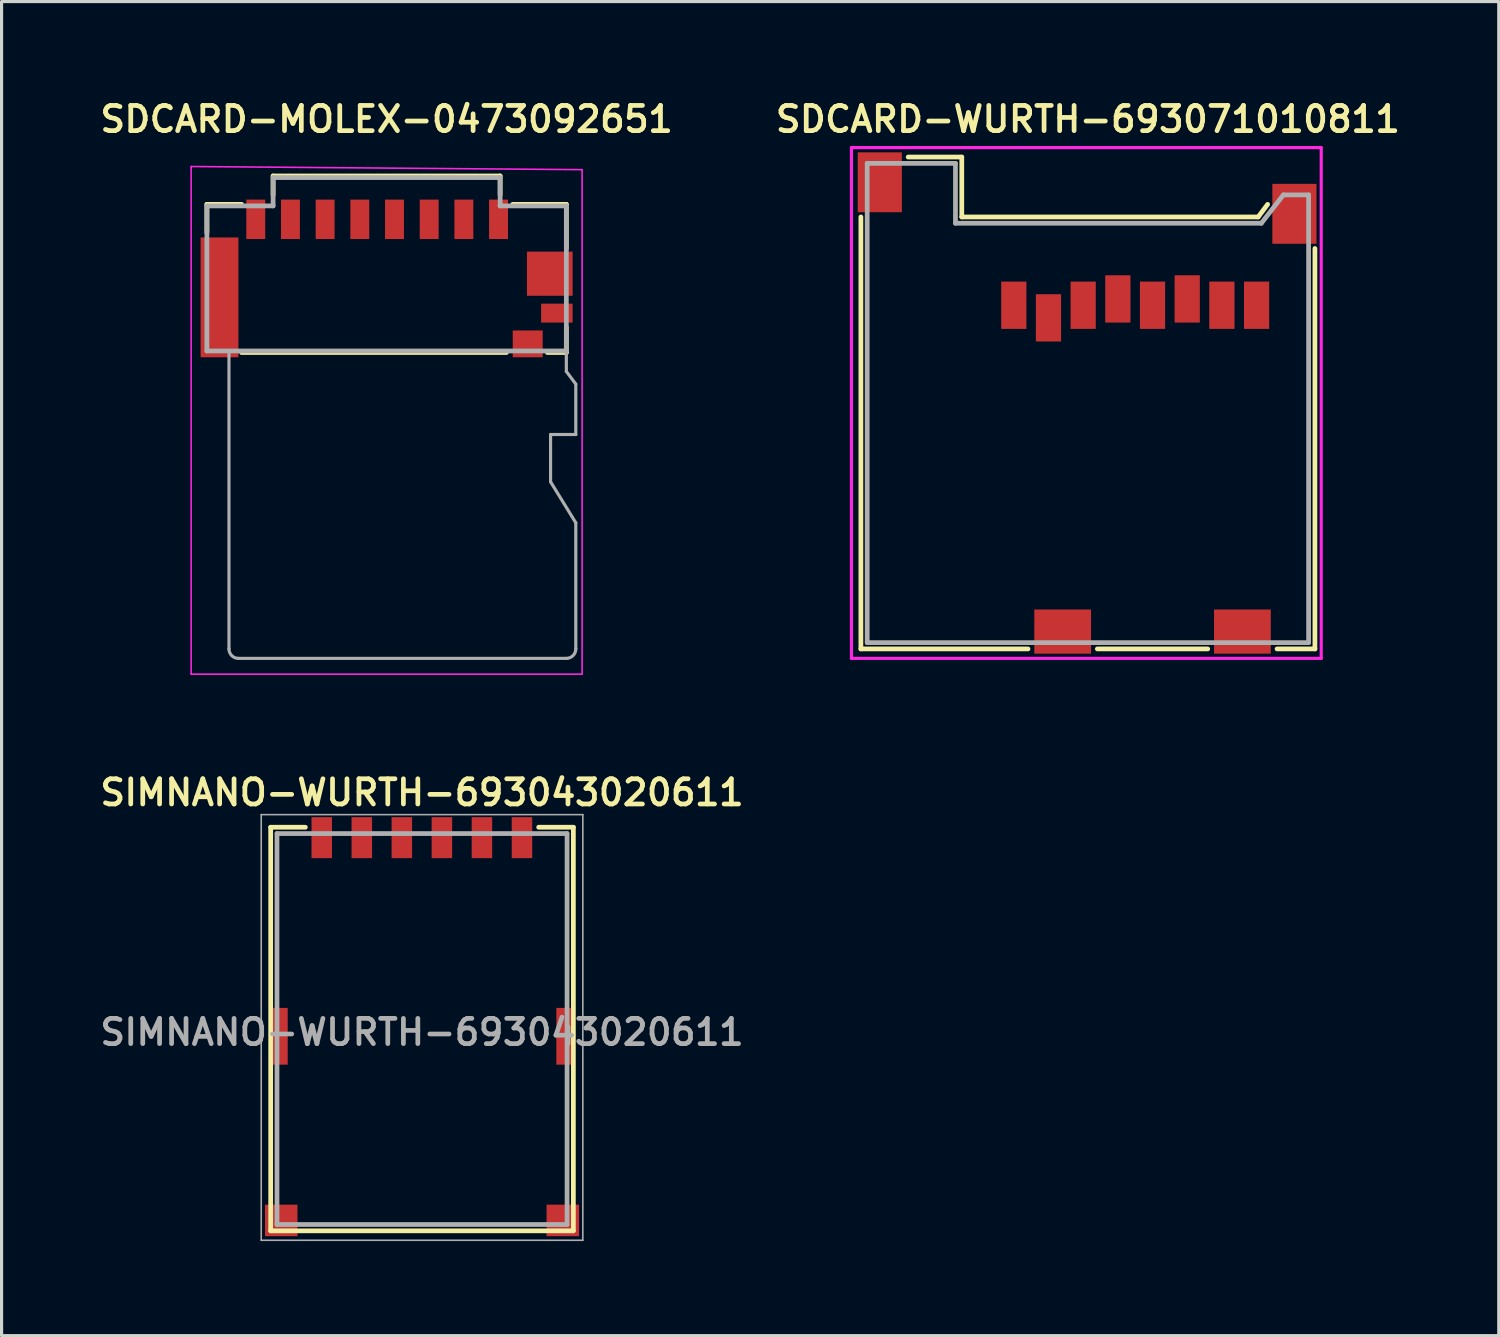
<source format=kicad_pcb>
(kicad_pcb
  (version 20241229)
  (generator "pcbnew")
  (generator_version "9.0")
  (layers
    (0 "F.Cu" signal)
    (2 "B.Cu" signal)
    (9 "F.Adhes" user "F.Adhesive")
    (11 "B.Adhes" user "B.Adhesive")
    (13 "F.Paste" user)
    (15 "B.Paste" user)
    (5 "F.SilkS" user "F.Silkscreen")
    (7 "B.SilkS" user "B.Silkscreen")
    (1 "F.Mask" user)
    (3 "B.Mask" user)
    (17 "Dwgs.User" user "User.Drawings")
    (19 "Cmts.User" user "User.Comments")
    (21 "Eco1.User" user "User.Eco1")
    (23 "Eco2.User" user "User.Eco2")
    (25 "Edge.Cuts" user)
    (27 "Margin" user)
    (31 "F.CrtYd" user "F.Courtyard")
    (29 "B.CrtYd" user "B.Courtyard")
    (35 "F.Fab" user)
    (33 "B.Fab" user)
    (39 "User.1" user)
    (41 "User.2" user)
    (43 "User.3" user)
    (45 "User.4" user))
  (footprint "SIMNANO-WURTH-693043020611"
    (layer "F.Cu")
    (at 10.335 29.587)
    (property "Reference" "SIMNANO-WURTH-693043020611" (at 0 -7.5 0) (layer "F.SilkS") (effects (font (size 0.8 0.8) (thickness 0.15))))
    (attr through_hole)
    (fp_line (start -4.8 -6.4) (end -4.8 6.4) (stroke (width 0.15) (type solid)) (layer "F.SilkS"))
    (fp_line (start -4.8 -6.4) (end -3.7 -6.4) (stroke (width 0.15) (type solid)) (layer "F.SilkS"))
    (fp_line (start -4.8 6.4) (end 4.8 6.4) (stroke (width 0.15) (type solid)) (layer "F.SilkS"))
    (fp_line (start 4.8 -6.4) (end 3.7 -6.4) (stroke (width 0.15) (type solid)) (layer "F.SilkS"))
    (fp_line (start 4.8 6.4) (end 4.8 -6.4) (stroke (width 0.15) (type solid)) (layer "F.SilkS"))
    (fp_line (start -5.1 -6.8) (end 5.1 -6.8) (stroke (width 0.05) (type solid)) (layer "F.Fab"))
    (fp_line (start -5.1 6.7) (end -5.1 -6.8) (stroke (width 0.05) (type solid)) (layer "F.Fab"))
    (fp_line (start -4.6 -6.2) (end -4.6 6.2) (stroke (width 0.15) (type solid)) (layer "F.Fab"))
    (fp_line (start -4.6 6.2) (end 4.6 6.2) (stroke (width 0.15) (type solid)) (layer "F.Fab"))
    (fp_line (start 4.6 -6.2) (end -4.6 -6.2) (stroke (width 0.15) (type solid)) (layer "F.Fab"))
    (fp_line (start 4.6 6.2) (end 4.6 -6.2) (stroke (width 0.15) (type solid)) (layer "F.Fab"))
    (fp_line (start 5.1 -6.8) (end 5.1 6.7) (stroke (width 0.05) (type solid)) (layer "F.Fab"))
    (fp_line (start 5.1 6.7) (end -5.1 6.7) (stroke (width 0.05) (type solid)) (layer "F.Fab"))
    (fp_text user "${REFERENCE}" (at 0 0.1 0) (layer "F.Fab") (effects (font (size 0.8 0.8) (thickness 0.15))))
    (pad "" smd rect (at -4.5 0.23) (size 0.48 1.8) (layers "F.Cu" "F.Mask" "F.Paste"))
    (pad "" smd rect (at -4.465 6.07) (size 1.03 1) (layers "F.Cu" "F.Mask" "F.Paste"))
    (pad "" smd rect (at 4.465 6.07) (size 1.03 1) (layers "F.Cu" "F.Mask" "F.Paste"))
    (pad "" smd rect (at 4.5 0.23) (size 0.48 1.8) (layers "F.Cu" "F.Mask" "F.Paste"))
    (pad "C1" smd rect (at -1.91 -6.07) (size 0.65 1.3) (layers "F.Cu" "F.Mask" "F.Paste"))
    (pad "C2" smd rect (at 0.63 -6.07) (size 0.65 1.3) (layers "F.Cu" "F.Mask" "F.Paste"))
    (pad "C3" smd rect (at 1.9 -6.07) (size 0.65 1.3) (layers "F.Cu" "F.Mask" "F.Paste"))
    (pad "C5" smd rect (at -3.18 -6.07) (size 0.65 1.3) (layers "F.Cu" "F.Mask" "F.Paste"))
    (pad "C6" smd rect (at -0.64 -6.07) (size 0.65 1.3) (layers "F.Cu" "F.Mask" "F.Paste"))
    (pad "C7" smd rect (at 3.17 -6.07) (size 0.65 1.3) (layers "F.Cu" "F.Mask" "F.Paste")))
  (footprint "SDCARD-WURTH-693071010811"
    (layer "F.Cu")
    (at 31.454 9.731)
    (property "Reference" "SDCARD-WURTH-693071010811" (at 0 -9 0) (layer "F.SilkS") (effects (font (size 0.8 0.8) (thickness 0.15))))
    (attr through_hole)
    (fp_line (start -7.2 7.8) (end -7.2 -5.9) (stroke (width 0.15) (type solid)) (layer "F.SilkS"))
    (fp_line (start -5.7 -7.8) (end -4 -7.8) (stroke (width 0.15) (type solid)) (layer "F.SilkS"))
    (fp_line (start -4 -7.8) (end -4 -5.9) (stroke (width 0.15) (type solid)) (layer "F.SilkS"))
    (fp_line (start -4 -5.9) (end 5.4 -5.9) (stroke (width 0.15) (type solid)) (layer "F.SilkS"))
    (fp_line (start -1.9 7.8) (end -7.2 7.8) (stroke (width 0.15) (type solid)) (layer "F.SilkS"))
    (fp_line (start 3.8 7.8) (end 0.3 7.8) (stroke (width 0.15) (type solid)) (layer "F.SilkS"))
    (fp_line (start 5.4 -5.9) (end 5.7 -6.3) (stroke (width 0.15) (type solid)) (layer "F.SilkS"))
    (fp_line (start 7.2 -4.9) (end 7.2 7.8) (stroke (width 0.15) (type solid)) (layer "F.SilkS"))
    (fp_line (start 7.2 7.8) (end 6 7.8) (stroke (width 0.15) (type solid)) (layer "F.SilkS"))
    (fp_line (start -7.5 -8.1) (end 7.4 -8.1) (stroke (width 0.1) (type solid)) (layer "F.CrtYd"))
    (fp_line (start -7.5 8.1) (end -7.5 -8.1) (stroke (width 0.1) (type solid)) (layer "F.CrtYd"))
    (fp_line (start 7.4 -8.1) (end 7.4 8.1) (stroke (width 0.1) (type solid)) (layer "F.CrtYd"))
    (fp_line (start 7.4 8.1) (end -7.5 8.1) (stroke (width 0.1) (type solid)) (layer "F.CrtYd"))
    (fp_line (start -7 -7.6) (end -4.2 -7.6) (stroke (width 0.15) (type solid)) (layer "F.Fab"))
    (fp_line (start -7 7.6) (end -7 -7.6) (stroke (width 0.15) (type solid)) (layer "F.Fab"))
    (fp_line (start -4.2 -7.6) (end -4.2 -5.7) (stroke (width 0.15) (type solid)) (layer "F.Fab"))
    (fp_line (start -4.2 -5.7) (end 5.5 -5.7) (stroke (width 0.15) (type solid)) (layer "F.Fab"))
    (fp_line (start 6.2 -6.6) (end 5.5 -5.7) (stroke (width 0.15) (type solid)) (layer "F.Fab"))
    (fp_line (start 7 -6.6) (end 6.2 -6.6) (stroke (width 0.15) (type solid)) (layer "F.Fab"))
    (fp_line (start 7 -6.6) (end 7 7.6) (stroke (width 0.15) (type solid)) (layer "F.Fab"))
    (fp_line (start 7 7.6) (end -7 7.6) (stroke (width 0.15) (type solid)) (layer "F.Fab"))
    (pad "1" smd rect (at -2.35 -3.1) (size 0.8 1.5) (layers "F.Cu" "F.Mask" "F.Paste"))
    (pad "2" smd rect (at -1.25 -2.7) (size 0.8 1.5) (layers "F.Cu" "F.Mask" "F.Paste"))
    (pad "3" smd rect (at -0.15 -3.1) (size 0.8 1.5) (layers "F.Cu" "F.Mask" "F.Paste"))
    (pad "4" smd rect (at 0.95 -3.3) (size 0.8 1.5) (layers "F.Cu" "F.Mask" "F.Paste"))
    (pad "5" smd rect (at 2.05 -3.1) (size 0.8 1.5) (layers "F.Cu" "F.Mask" "F.Paste"))
    (pad "6" smd rect (at 3.15 -3.3) (size 0.8 1.5) (layers "F.Cu" "F.Mask" "F.Paste"))
    (pad "7" smd rect (at 4.25 -3.1) (size 0.8 1.5) (layers "F.Cu" "F.Mask" "F.Paste"))
    (pad "8" smd rect (at 5.35 -3.1) (size 0.8 1.5) (layers "F.Cu" "F.Mask" "F.Paste"))
    (pad "9" smd rect (at -6.6 -7) (size 1.4 1.9) (layers "F.Cu" "F.Mask" "F.Paste"))
    (pad "9" smd rect (at 6.55 -6) (size 1.4 1.9) (layers "F.Cu" "F.Mask" "F.Paste"))
    (pad "10" smd rect (at -0.8 7.25) (size 1.8 1.4) (layers "F.Cu" "F.Mask" "F.Paste"))
    (pad "10" smd rect (at 4.9 7.25) (size 1.8 1.4) (layers "F.Cu" "F.Mask" "F.Paste")))
  (footprint "SDCARD-MOLEX-0473092651"
    (layer "F.Cu")
    (at 9.212 5.331)
    (property "Reference" "SDCARD-MOLEX-0473092651" (at 0 -4.6 0) (layer "F.SilkS") (effects (font (size 0.8 0.8) (thickness 0.15))))
    (attr through_hole)
    (fp_line (start -5.7 -1.9) (end -5.7 -1) (stroke (width 0.15) (type solid)) (layer "F.SilkS"))
    (fp_line (start -4.6 -1.9) (end -5.7 -1.9) (stroke (width 0.15) (type solid)) (layer "F.SilkS"))
    (fp_line (start -3.6 -2.8) (end -3.6 -2.2) (stroke (width 0.15) (type solid)) (layer "F.SilkS"))
    (fp_line (start 3.6 -2.8) (end -3.6 -2.8) (stroke (width 0.15) (type solid)) (layer "F.SilkS"))
    (fp_line (start 3.6 -2.2) (end 3.6 -2.8) (stroke (width 0.15) (type solid)) (layer "F.SilkS"))
    (fp_line (start 3.8 2.8) (end -4.6 2.8) (stroke (width 0.15) (type solid)) (layer "F.SilkS"))
    (fp_line (start 5.1 2.8) (end 5.7 2.8) (stroke (width 0.15) (type solid)) (layer "F.SilkS"))
    (fp_line (start 5.7 -1.9) (end 4 -1.9) (stroke (width 0.15) (type solid)) (layer "F.SilkS"))
    (fp_line (start 5.7 -0.5) (end 5.7 -1.9) (stroke (width 0.15) (type solid)) (layer "F.SilkS"))
    (fp_line (start 5.7 2.8) (end 5.7 2) (stroke (width 0.15) (type solid)) (layer "F.SilkS"))
    (fp_line (start -6.2 -3.1) (end 6.2 -3) (stroke (width 0.05) (type solid)) (layer "F.CrtYd"))
    (fp_line (start -6.2 13) (end -6.2 -3.1) (stroke (width 0.05) (type solid)) (layer "F.CrtYd"))
    (fp_line (start 6.2 -3) (end 6.2 13) (stroke (width 0.05) (type solid)) (layer "F.CrtYd"))
    (fp_line (start 6.2 13) (end -6.2 13) (stroke (width 0.05) (type solid)) (layer "F.CrtYd"))
    (fp_line (start -5.7 -1.85) (end -5.7 2.75) (stroke (width 0.15) (type solid)) (layer "F.Fab"))
    (fp_line (start -5.7 -1.85) (end -3.6 -1.85) (stroke (width 0.15) (type solid)) (layer "F.Fab"))
    (fp_line (start -5.7 2.75) (end 5.7 2.75) (stroke (width 0.15) (type solid)) (layer "F.Fab"))
    (fp_line (start -5 2.8) (end -5 12.2) (stroke (width 0.1) (type solid)) (layer "F.Fab"))
    (fp_line (start -4.7 12.5) (end 5.7 12.5) (stroke (width 0.1) (type solid)) (layer "F.Fab"))
    (fp_line (start -3.6 -1.85) (end -3.6 -2.75) (stroke (width 0.15) (type solid)) (layer "F.Fab"))
    (fp_line (start 3.6 -2.75) (end -3.6 -2.75) (stroke (width 0.15) (type solid)) (layer "F.Fab"))
    (fp_line (start 3.6 -1.85) (end 3.6 -2.75) (stroke (width 0.15) (type solid)) (layer "F.Fab"))
    (fp_line (start 5.2 5.4) (end 5.2 6.9) (stroke (width 0.1) (type solid)) (layer "F.Fab"))
    (fp_line (start 5.2 6.9) (end 6 8.2) (stroke (width 0.1) (type solid)) (layer "F.Fab"))
    (fp_line (start 5.7 -1.85) (end 3.6 -1.85) (stroke (width 0.15) (type solid)) (layer "F.Fab"))
    (fp_line (start 5.7 2.75) (end 5.7 -1.85) (stroke (width 0.15) (type solid)) (layer "F.Fab"))
    (fp_line (start 5.7 2.8) (end 5.7 3.4) (stroke (width 0.1) (type solid)) (layer "F.Fab"))
    (fp_line (start 5.7 3.4) (end 6 3.8) (stroke (width 0.1) (type solid)) (layer "F.Fab"))
    (fp_line (start 6 3.8) (end 6 5.4) (stroke (width 0.1) (type solid)) (layer "F.Fab"))
    (fp_line (start 6 5.4) (end 5.2 5.4) (stroke (width 0.1) (type solid)) (layer "F.Fab"))
    (fp_line (start 6 12.2) (end 6 8.2) (stroke (width 0.1) (type solid)) (layer "F.Fab"))
    (fp_arc (start -4.7 12.5) (mid -4.912132 12.412132) (end -5 12.2) (stroke (width 0.1) (type solid)) (layer "F.Fab"))
    (fp_arc (start 6 12.2) (mid 5.912132 12.412132) (end 5.7 12.5) (stroke (width 0.1) (type solid)) (layer "F.Fab"))
    (pad "1" smd rect (at 3.55 -1.425) (size 0.6 1.25) (layers "F.Cu" "F.Mask" "F.Paste"))
    (pad "2" smd rect (at 2.45 -1.425) (size 0.6 1.25) (layers "F.Cu" "F.Mask" "F.Paste"))
    (pad "3" smd rect (at 1.35 -1.425) (size 0.6 1.25) (layers "F.Cu" "F.Mask" "F.Paste"))
    (pad "4" smd rect (at 0.25 -1.425) (size 0.6 1.25) (layers "F.Cu" "F.Mask" "F.Paste"))
    (pad "5" smd rect (at -0.85 -1.425) (size 0.6 1.25) (layers "F.Cu" "F.Mask" "F.Paste"))
    (pad "6" smd rect (at -1.95 -1.425) (size 0.6 1.25) (layers "F.Cu" "F.Mask" "F.Paste"))
    (pad "7" smd rect (at -3.05 -1.425) (size 0.6 1.25) (layers "F.Cu" "F.Mask" "F.Paste"))
    (pad "8" smd rect (at -4.15 -1.425) (size 0.6 1.25) (layers "F.Cu" "F.Mask" "F.Paste"))
    (pad "G1" smd rect (at -5.3 1.05) (size 1.2 3.8) (layers "F.Cu" "F.Mask" "F.Paste"))
    (pad "G2" smd rect (at 5.175 0.3) (size 1.45 1.4) (layers "F.Cu" "F.Mask" "F.Paste"))
    (pad "G3" smd rect (at 5.4 1.55) (size 1 0.6) (layers "F.Cu" "F.Mask" "F.Paste"))
    (pad "G4" smd rect (at 4.475 2.525) (size 0.95 0.85) (layers "F.Cu" "F.Mask" "F.Paste")))
  (gr_rect
    (start -3 -3)
    (end 44.485 39.312)
    (stroke (width 0.1) (type default))
    (fill no)
    (layer "Edge.Cuts")))
</source>
